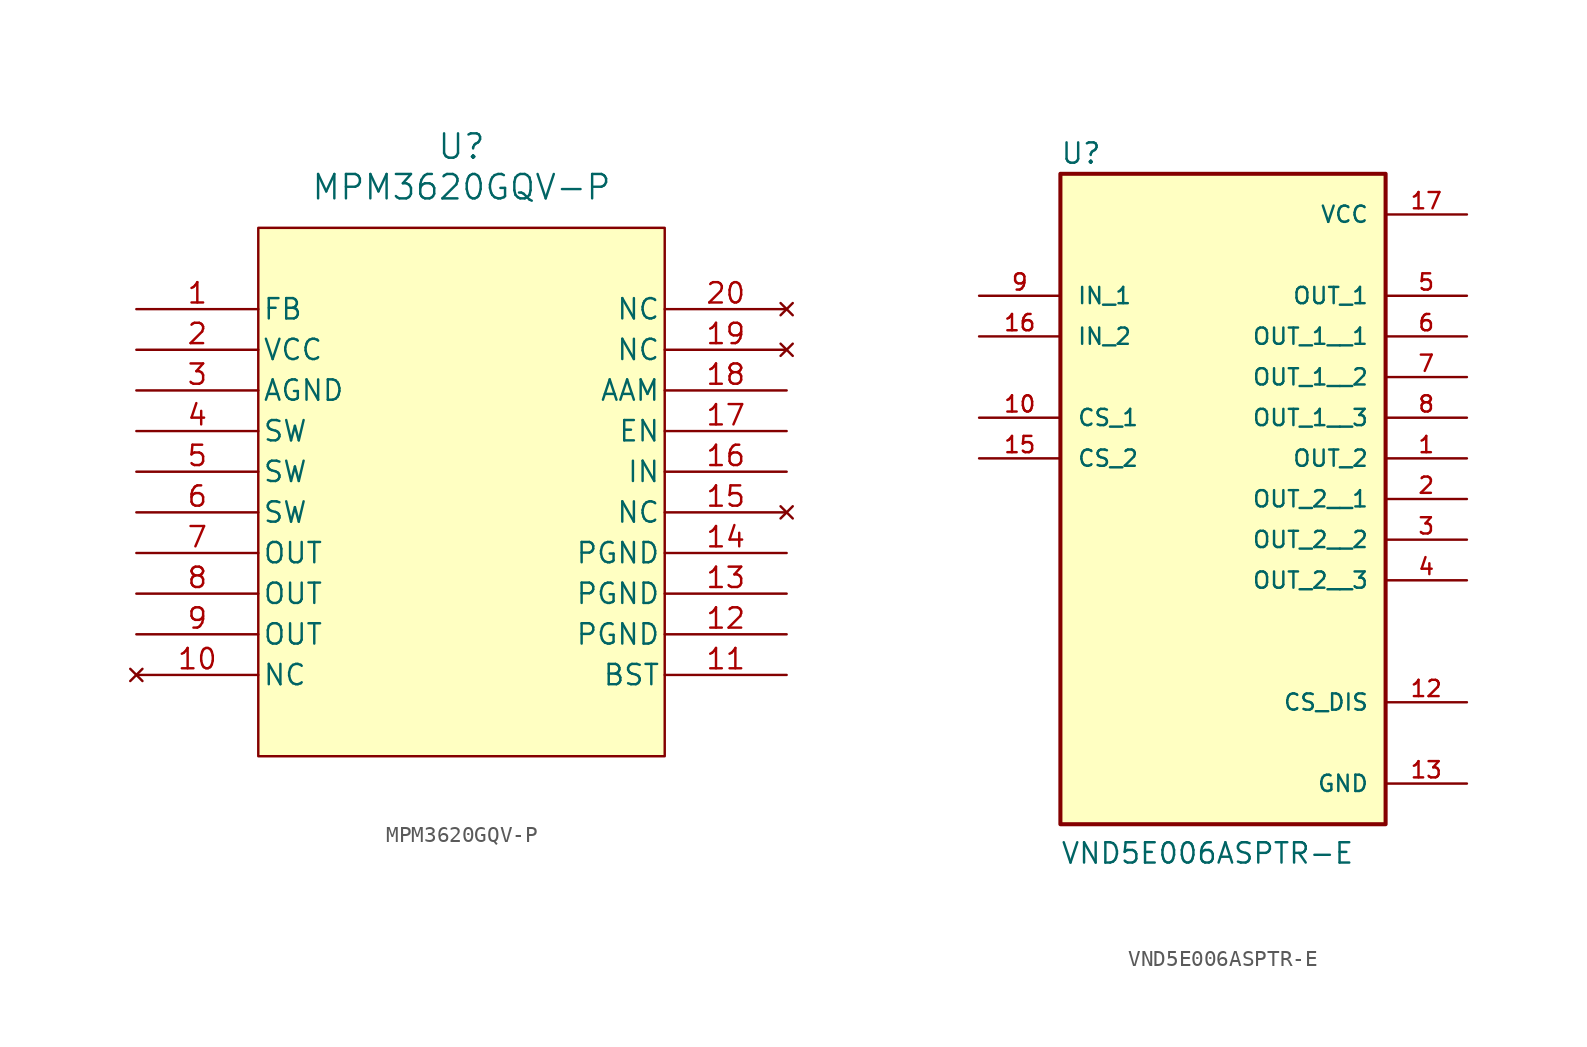
<source format=kicad_sym>
(kicad_symbol_lib
  (version 20220914)
  (generator kicad_symbol_editor)
  (symbol "MPM3620GQV-P"
    (pin_names
      (offset 0.254))
    (property "Reference" "U"
      (at 20.32 10.16 0)
      (effects (font (size 1.524 1.524))))
    (property "Value" "MPM3620GQV-P"
      (at 20.32 7.62 0)
      (effects (font (size 1.524 1.524))))
    (property "ki_locked" ""
      (at 0 0 0)
      (effects (font (size 1.27 1.27))))
    (symbol "MPM3620GQV-P_1_1"
      (rectangle (start 7.62 5.08) (end 33.02 -27.94) (stroke (width 0) (type default)) (fill (type background)))
      (pin unspecified line (at 0 0 0) (length 7.62) (name "FB" (effects (font (size 1.27 1.27)))) (number "1" (effects (font (size 1.27 1.27)))))
      (pin no_connect line (at 0 -22.86 0) (length 7.62) (name "NC" (effects (font (size 1.27 1.27)))) (number "10" (effects (font (size 1.27 1.27)))))
      (pin unspecified line (at 40.64 -22.86 180) (length 7.62) (name "BST" (effects (font (size 1.27 1.27)))) (number "11" (effects (font (size 1.27 1.27)))))
      (pin power_out line (at 40.64 -20.32 180) (length 7.62) (name "PGND" (effects (font (size 1.27 1.27)))) (number "12" (effects (font (size 1.27 1.27)))))
      (pin power_out line (at 40.64 -17.78 180) (length 7.62) (name "PGND" (effects (font (size 1.27 1.27)))) (number "13" (effects (font (size 1.27 1.27)))))
      (pin power_out line (at 40.64 -15.24 180) (length 7.62) (name "PGND" (effects (font (size 1.27 1.27)))) (number "14" (effects (font (size 1.27 1.27)))))
      (pin no_connect line (at 40.64 -12.7 180) (length 7.62) (name "NC" (effects (font (size 1.27 1.27)))) (number "15" (effects (font (size 1.27 1.27)))))
      (pin power_in line (at 40.64 -10.16 180) (length 7.62) (name "IN" (effects (font (size 1.27 1.27)))) (number "16" (effects (font (size 1.27 1.27)))))
      (pin unspecified line (at 40.64 -7.62 180) (length 7.62) (name "EN" (effects (font (size 1.27 1.27)))) (number "17" (effects (font (size 1.27 1.27)))))
      (pin unspecified line (at 40.64 -5.08 180) (length 7.62) (name "AAM" (effects (font (size 1.27 1.27)))) (number "18" (effects (font (size 1.27 1.27)))))
      (pin no_connect line (at 40.64 -2.54 180) (length 7.62) (name "NC" (effects (font (size 1.27 1.27)))) (number "19" (effects (font (size 1.27 1.27)))))
      (pin power_in line (at 0 -2.54 0) (length 7.62) (name "VCC" (effects (font (size 1.27 1.27)))) (number "2" (effects (font (size 1.27 1.27)))))
      (pin no_connect line (at 40.64 0 180) (length 7.62) (name "NC" (effects (font (size 1.27 1.27)))) (number "20" (effects (font (size 1.27 1.27)))))
      (pin power_out line (at 0 -5.08 0) (length 7.62) (name "AGND" (effects (font (size 1.27 1.27)))) (number "3" (effects (font (size 1.27 1.27)))))
      (pin output line (at 0 -7.62 0) (length 7.62) (name "SW" (effects (font (size 1.27 1.27)))) (number "4" (effects (font (size 1.27 1.27)))))
      (pin output line (at 0 -10.16 0) (length 7.62) (name "SW" (effects (font (size 1.27 1.27)))) (number "5" (effects (font (size 1.27 1.27)))))
      (pin output line (at 0 -12.7 0) (length 7.62) (name "SW" (effects (font (size 1.27 1.27)))) (number "6" (effects (font (size 1.27 1.27)))))
      (pin output line (at 0 -15.24 0) (length 7.62) (name "OUT" (effects (font (size 1.27 1.27)))) (number "7" (effects (font (size 1.27 1.27)))))
      (pin output line (at 0 -17.78 0) (length 7.62) (name "OUT" (effects (font (size 1.27 1.27)))) (number "8" (effects (font (size 1.27 1.27)))))
      (pin output line (at 0 -20.32 0) (length 7.62) (name "OUT" (effects (font (size 1.27 1.27)))) (number "9" (effects (font (size 1.27 1.27)))))))
  (symbol "VND5E006ASPTR-E"
    (pin_names
      (offset 1.016))
    (property "Reference" "U"
      (at -10.178 13.231 0)
      (effects (font (size 1.27 1.27)) (justify left bottom)))
    (property "Value" "VND5E006ASPTR-E"
      (at -10.173 -30.499 0)
      (effects (font (size 1.27 1.27)) (justify left bottom)))
    (symbol "VND5E006ASPTR-E_0_0"
      (rectangle (start -10.16 12.7) (end 10.16 -27.94) (stroke (width 0.254) (type default)) (fill (type background)))
      (pin output line (at 15.24 -5.08 180) (length 5.08) (name "OUT_2" (effects (font (size 1.016 1.016)))) (number "1" (effects (font (size 1.016 1.016)))))
      (pin input line (at -15.24 -2.54 0) (length 5.08) (name "CS_1" (effects (font (size 1.016 1.016)))) (number "10" (effects (font (size 1.016 1.016)))))
      (pin output line (at 15.24 -20.32 180) (length 5.08) (name "CS_DIS" (effects (font (size 1.016 1.016)))) (number "12" (effects (font (size 1.016 1.016)))))
      (pin power_in line (at 15.24 -25.4 180) (length 5.08) (name "GND" (effects (font (size 1.016 1.016)))) (number "13" (effects (font (size 1.016 1.016)))))
      (pin input line (at -15.24 -5.08 0) (length 5.08) (name "CS_2" (effects (font (size 1.016 1.016)))) (number "15" (effects (font (size 1.016 1.016)))))
      (pin input line (at -15.24 2.54 0) (length 5.08) (name "IN_2" (effects (font (size 1.016 1.016)))) (number "16" (effects (font (size 1.016 1.016)))))
      (pin power_in line (at 15.24 10.16 180) (length 5.08) (name "VCC" (effects (font (size 1.016 1.016)))) (number "17" (effects (font (size 1.016 1.016)))))
      (pin output line (at 15.24 -7.62 180) (length 5.08) (name "OUT_2__1" (effects (font (size 1.016 1.016)))) (number "2" (effects (font (size 1.016 1.016)))))
      (pin output line (at 15.24 -10.16 180) (length 5.08) (name "OUT_2__2" (effects (font (size 1.016 1.016)))) (number "3" (effects (font (size 1.016 1.016)))))
      (pin output line (at 15.24 -12.7 180) (length 5.08) (name "OUT_2__3" (effects (font (size 1.016 1.016)))) (number "4" (effects (font (size 1.016 1.016)))))
      (pin output line (at 15.24 5.08 180) (length 5.08) (name "OUT_1" (effects (font (size 1.016 1.016)))) (number "5" (effects (font (size 1.016 1.016)))))
      (pin output line (at 15.24 2.54 180) (length 5.08) (name "OUT_1__1" (effects (font (size 1.016 1.016)))) (number "6" (effects (font (size 1.016 1.016)))))
      (pin output line (at 15.24 0 180) (length 5.08) (name "OUT_1__2" (effects (font (size 1.016 1.016)))) (number "7" (effects (font (size 1.016 1.016)))))
      (pin output line (at 15.24 -2.54 180) (length 5.08) (name "OUT_1__3" (effects (font (size 1.016 1.016)))) (number "8" (effects (font (size 1.016 1.016)))))
      (pin input line (at -15.24 5.08 0) (length 5.08) (name "IN_1" (effects (font (size 1.016 1.016)))) (number "9" (effects (font (size 1.016 1.016))))))))
</source>
